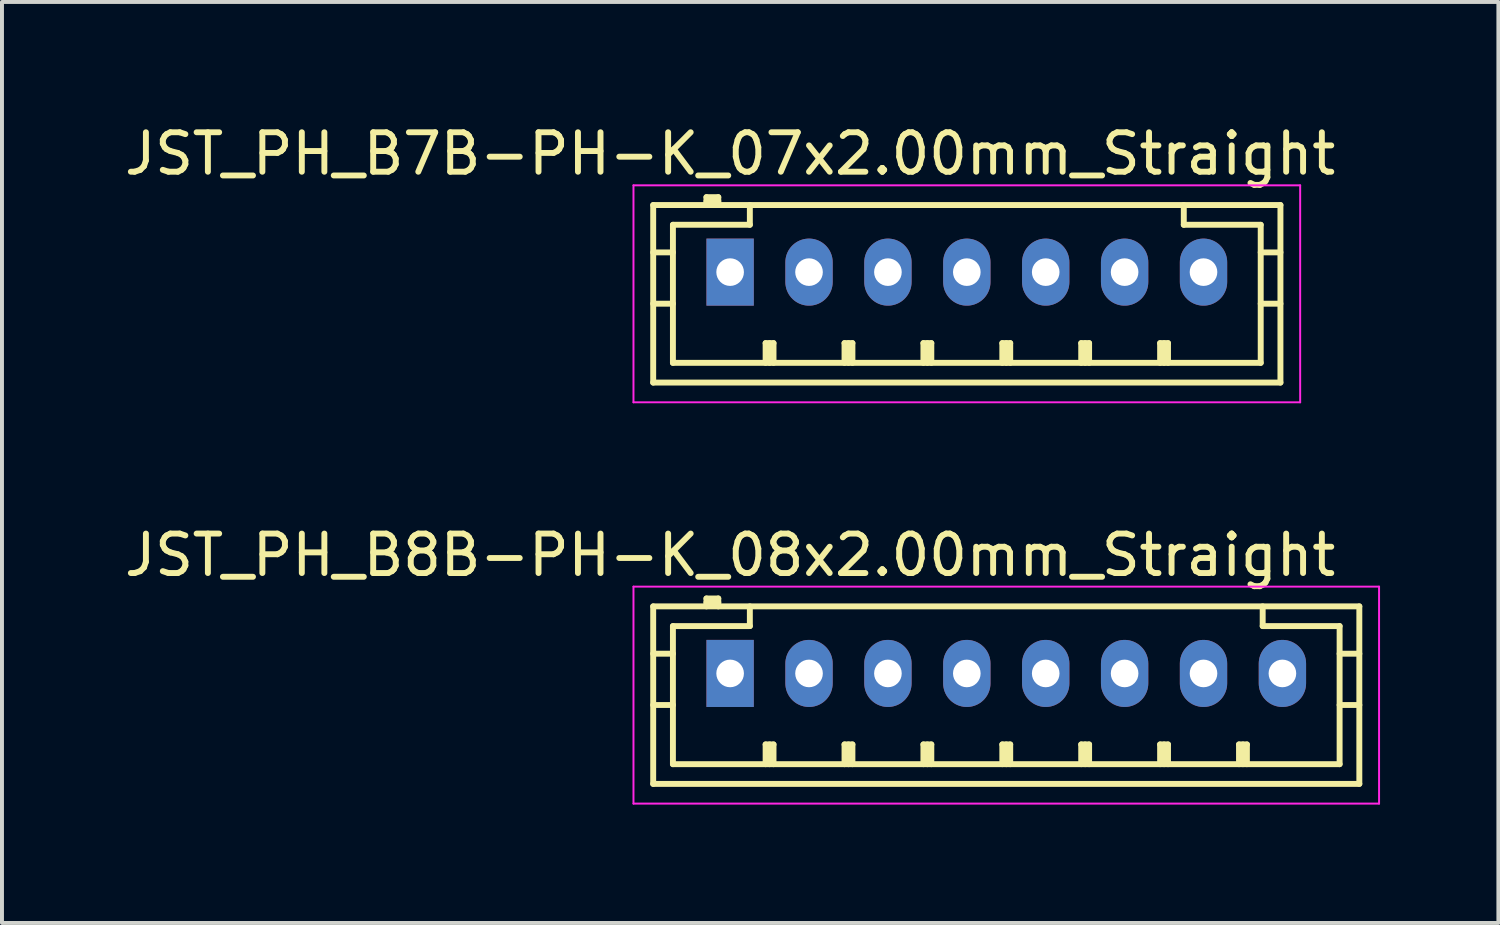
<source format=kicad_pcb>
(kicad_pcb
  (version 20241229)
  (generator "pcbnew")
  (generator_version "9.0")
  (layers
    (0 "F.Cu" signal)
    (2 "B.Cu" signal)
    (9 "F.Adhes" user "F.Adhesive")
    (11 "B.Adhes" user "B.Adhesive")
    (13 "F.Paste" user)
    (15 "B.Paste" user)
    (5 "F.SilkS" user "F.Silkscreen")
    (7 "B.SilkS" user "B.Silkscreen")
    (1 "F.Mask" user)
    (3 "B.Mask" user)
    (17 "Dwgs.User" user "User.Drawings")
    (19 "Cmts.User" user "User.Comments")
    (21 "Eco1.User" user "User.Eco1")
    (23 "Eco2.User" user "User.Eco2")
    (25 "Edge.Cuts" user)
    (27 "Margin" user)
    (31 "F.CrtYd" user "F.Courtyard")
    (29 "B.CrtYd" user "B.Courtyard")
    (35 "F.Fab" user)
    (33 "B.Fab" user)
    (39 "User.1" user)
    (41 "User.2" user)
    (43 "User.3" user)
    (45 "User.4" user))
  (footprint "JST_PH_B7B-PH-K_07x2.00mm_Straight"
    (layer "F.Cu")
    (at 15.458 3.848)
    (property "Reference" "JST_PH_B7B-PH-K_07x2.00mm_Straight" (at 0 -3 0) (layer "F.SilkS") (effects (font (size 1 1) (thickness 0.15))))
    (attr through_hole)
    (fp_line (start -1.95 -1.7) (end 13.95 -1.7) (stroke (width 0.15) (type solid)) (layer "F.SilkS"))
    (fp_line (start -1.95 -0.5) (end -1.45 -0.5) (stroke (width 0.15) (type solid)) (layer "F.SilkS"))
    (fp_line (start -1.95 0.8) (end -1.45 0.8) (stroke (width 0.15) (type solid)) (layer "F.SilkS"))
    (fp_line (start -1.95 2.8) (end -1.95 -1.7) (stroke (width 0.15) (type solid)) (layer "F.SilkS"))
    (fp_line (start -1.45 -1.2) (end -1.45 2.3) (stroke (width 0.15) (type solid)) (layer "F.SilkS"))
    (fp_line (start -1.45 2.3) (end 13.45 2.3) (stroke (width 0.15) (type solid)) (layer "F.SilkS"))
    (fp_line (start -0.6 -1.9) (end -0.6 -1.7) (stroke (width 0.15) (type solid)) (layer "F.SilkS"))
    (fp_line (start -0.3 -1.9) (end -0.6 -1.9) (stroke (width 0.15) (type solid)) (layer "F.SilkS"))
    (fp_line (start -0.3 -1.8) (end -0.6 -1.8) (stroke (width 0.15) (type solid)) (layer "F.SilkS"))
    (fp_line (start -0.3 -1.7) (end -0.3 -1.9) (stroke (width 0.15) (type solid)) (layer "F.SilkS"))
    (fp_line (start 0.5 -1.7) (end 0.5 -1.2) (stroke (width 0.15) (type solid)) (layer "F.SilkS"))
    (fp_line (start 0.5 -1.2) (end -1.45 -1.2) (stroke (width 0.15) (type solid)) (layer "F.SilkS"))
    (fp_line (start 0.9 1.8) (end 1.1 1.8) (stroke (width 0.15) (type solid)) (layer "F.SilkS"))
    (fp_line (start 0.9 2.3) (end 0.9 1.8) (stroke (width 0.15) (type solid)) (layer "F.SilkS"))
    (fp_line (start 1 2.3) (end 1 1.8) (stroke (width 0.15) (type solid)) (layer "F.SilkS"))
    (fp_line (start 1.1 1.8) (end 1.1 2.3) (stroke (width 0.15) (type solid)) (layer "F.SilkS"))
    (fp_line (start 2.9 1.8) (end 3.1 1.8) (stroke (width 0.15) (type solid)) (layer "F.SilkS"))
    (fp_line (start 2.9 2.3) (end 2.9 1.8) (stroke (width 0.15) (type solid)) (layer "F.SilkS"))
    (fp_line (start 3 2.3) (end 3 1.8) (stroke (width 0.15) (type solid)) (layer "F.SilkS"))
    (fp_line (start 3.1 1.8) (end 3.1 2.3) (stroke (width 0.15) (type solid)) (layer "F.SilkS"))
    (fp_line (start 4.9 1.8) (end 5.1 1.8) (stroke (width 0.15) (type solid)) (layer "F.SilkS"))
    (fp_line (start 4.9 2.3) (end 4.9 1.8) (stroke (width 0.15) (type solid)) (layer "F.SilkS"))
    (fp_line (start 5 2.3) (end 5 1.8) (stroke (width 0.15) (type solid)) (layer "F.SilkS"))
    (fp_line (start 5.1 1.8) (end 5.1 2.3) (stroke (width 0.15) (type solid)) (layer "F.SilkS"))
    (fp_line (start 6.9 1.8) (end 7.1 1.8) (stroke (width 0.15) (type solid)) (layer "F.SilkS"))
    (fp_line (start 6.9 2.3) (end 6.9 1.8) (stroke (width 0.15) (type solid)) (layer "F.SilkS"))
    (fp_line (start 7 2.3) (end 7 1.8) (stroke (width 0.15) (type solid)) (layer "F.SilkS"))
    (fp_line (start 7.1 1.8) (end 7.1 2.3) (stroke (width 0.15) (type solid)) (layer "F.SilkS"))
    (fp_line (start 8.9 1.8) (end 9.1 1.8) (stroke (width 0.15) (type solid)) (layer "F.SilkS"))
    (fp_line (start 8.9 2.3) (end 8.9 1.8) (stroke (width 0.15) (type solid)) (layer "F.SilkS"))
    (fp_line (start 9 2.3) (end 9 1.8) (stroke (width 0.15) (type solid)) (layer "F.SilkS"))
    (fp_line (start 9.1 1.8) (end 9.1 2.3) (stroke (width 0.15) (type solid)) (layer "F.SilkS"))
    (fp_line (start 10.9 1.8) (end 11.1 1.8) (stroke (width 0.15) (type solid)) (layer "F.SilkS"))
    (fp_line (start 10.9 2.3) (end 10.9 1.8) (stroke (width 0.15) (type solid)) (layer "F.SilkS"))
    (fp_line (start 11 2.3) (end 11 1.8) (stroke (width 0.15) (type solid)) (layer "F.SilkS"))
    (fp_line (start 11.1 1.8) (end 11.1 2.3) (stroke (width 0.15) (type solid)) (layer "F.SilkS"))
    (fp_line (start 11.5 -1.2) (end 11.5 -1.7) (stroke (width 0.15) (type solid)) (layer "F.SilkS"))
    (fp_line (start 13.45 -1.2) (end 11.5 -1.2) (stroke (width 0.15) (type solid)) (layer "F.SilkS"))
    (fp_line (start 13.45 -0.5) (end 13.95 -0.5) (stroke (width 0.15) (type solid)) (layer "F.SilkS"))
    (fp_line (start 13.45 0.8) (end 13.95 0.8) (stroke (width 0.15) (type solid)) (layer "F.SilkS"))
    (fp_line (start 13.45 2.3) (end 13.45 -1.2) (stroke (width 0.15) (type solid)) (layer "F.SilkS"))
    (fp_line (start 13.95 -1.7) (end 13.95 2.8) (stroke (width 0.15) (type solid)) (layer "F.SilkS"))
    (fp_line (start 13.95 2.8) (end -1.95 2.8) (stroke (width 0.15) (type solid)) (layer "F.SilkS"))
    (fp_line (start -2.45 -2.2) (end 14.45 -2.2) (stroke (width 0.05) (type solid)) (layer "F.CrtYd"))
    (fp_line (start -2.45 3.3) (end -2.45 -2.2) (stroke (width 0.05) (type solid)) (layer "F.CrtYd"))
    (fp_line (start 14.45 -2.2) (end 14.45 3.3) (stroke (width 0.05) (type solid)) (layer "F.CrtYd"))
    (fp_line (start 14.45 3.3) (end -2.45 3.3) (stroke (width 0.05) (type solid)) (layer "F.CrtYd"))
    (pad "1" thru_hole rect (at 0 0) (size 1.2 1.7) (drill 0.7) (layers "*.Cu" "*.Mask"))
    (pad "2" thru_hole oval (at 2 0) (size 1.2 1.7) (drill 0.7) (layers "*.Cu" "*.Mask"))
    (pad "3" thru_hole oval (at 4 0) (size 1.2 1.7) (drill 0.7) (layers "*.Cu" "*.Mask"))
    (pad "4" thru_hole oval (at 6 0) (size 1.2 1.7) (drill 0.7) (layers "*.Cu" "*.Mask"))
    (pad "5" thru_hole oval (at 8 0) (size 1.2 1.7) (drill 0.7) (layers "*.Cu" "*.Mask"))
    (pad "6" thru_hole oval (at 10 0) (size 1.2 1.7) (drill 0.7) (layers "*.Cu" "*.Mask"))
    (pad "7" thru_hole oval (at 12 0) (size 1.2 1.7) (drill 0.7) (layers "*.Cu" "*.Mask")))
  (footprint "JST_PH_B8B-PH-K_08x2.00mm_Straight"
    (layer "F.Cu")
    (at 15.458 14.021)
    (property "Reference" "JST_PH_B8B-PH-K_08x2.00mm_Straight" (at 0 -3 0) (layer "F.SilkS") (effects (font (size 1 1) (thickness 0.15))))
    (attr through_hole)
    (fp_line (start -1.95 -1.7) (end 15.95 -1.7) (stroke (width 0.15) (type solid)) (layer "F.SilkS"))
    (fp_line (start -1.95 -0.5) (end -1.45 -0.5) (stroke (width 0.15) (type solid)) (layer "F.SilkS"))
    (fp_line (start -1.95 0.8) (end -1.45 0.8) (stroke (width 0.15) (type solid)) (layer "F.SilkS"))
    (fp_line (start -1.95 2.8) (end -1.95 -1.7) (stroke (width 0.15) (type solid)) (layer "F.SilkS"))
    (fp_line (start -1.45 -1.2) (end -1.45 2.3) (stroke (width 0.15) (type solid)) (layer "F.SilkS"))
    (fp_line (start -1.45 2.3) (end 15.45 2.3) (stroke (width 0.15) (type solid)) (layer "F.SilkS"))
    (fp_line (start -0.6 -1.9) (end -0.6 -1.7) (stroke (width 0.15) (type solid)) (layer "F.SilkS"))
    (fp_line (start -0.3 -1.9) (end -0.6 -1.9) (stroke (width 0.15) (type solid)) (layer "F.SilkS"))
    (fp_line (start -0.3 -1.8) (end -0.6 -1.8) (stroke (width 0.15) (type solid)) (layer "F.SilkS"))
    (fp_line (start -0.3 -1.7) (end -0.3 -1.9) (stroke (width 0.15) (type solid)) (layer "F.SilkS"))
    (fp_line (start 0.5 -1.7) (end 0.5 -1.2) (stroke (width 0.15) (type solid)) (layer "F.SilkS"))
    (fp_line (start 0.5 -1.2) (end -1.45 -1.2) (stroke (width 0.15) (type solid)) (layer "F.SilkS"))
    (fp_line (start 0.9 1.8) (end 1.1 1.8) (stroke (width 0.15) (type solid)) (layer "F.SilkS"))
    (fp_line (start 0.9 2.3) (end 0.9 1.8) (stroke (width 0.15) (type solid)) (layer "F.SilkS"))
    (fp_line (start 1 2.3) (end 1 1.8) (stroke (width 0.15) (type solid)) (layer "F.SilkS"))
    (fp_line (start 1.1 1.8) (end 1.1 2.3) (stroke (width 0.15) (type solid)) (layer "F.SilkS"))
    (fp_line (start 2.9 1.8) (end 3.1 1.8) (stroke (width 0.15) (type solid)) (layer "F.SilkS"))
    (fp_line (start 2.9 2.3) (end 2.9 1.8) (stroke (width 0.15) (type solid)) (layer "F.SilkS"))
    (fp_line (start 3 2.3) (end 3 1.8) (stroke (width 0.15) (type solid)) (layer "F.SilkS"))
    (fp_line (start 3.1 1.8) (end 3.1 2.3) (stroke (width 0.15) (type solid)) (layer "F.SilkS"))
    (fp_line (start 4.9 1.8) (end 5.1 1.8) (stroke (width 0.15) (type solid)) (layer "F.SilkS"))
    (fp_line (start 4.9 2.3) (end 4.9 1.8) (stroke (width 0.15) (type solid)) (layer "F.SilkS"))
    (fp_line (start 5 2.3) (end 5 1.8) (stroke (width 0.15) (type solid)) (layer "F.SilkS"))
    (fp_line (start 5.1 1.8) (end 5.1 2.3) (stroke (width 0.15) (type solid)) (layer "F.SilkS"))
    (fp_line (start 6.9 1.8) (end 7.1 1.8) (stroke (width 0.15) (type solid)) (layer "F.SilkS"))
    (fp_line (start 6.9 2.3) (end 6.9 1.8) (stroke (width 0.15) (type solid)) (layer "F.SilkS"))
    (fp_line (start 7 2.3) (end 7 1.8) (stroke (width 0.15) (type solid)) (layer "F.SilkS"))
    (fp_line (start 7.1 1.8) (end 7.1 2.3) (stroke (width 0.15) (type solid)) (layer "F.SilkS"))
    (fp_line (start 8.9 1.8) (end 9.1 1.8) (stroke (width 0.15) (type solid)) (layer "F.SilkS"))
    (fp_line (start 8.9 2.3) (end 8.9 1.8) (stroke (width 0.15) (type solid)) (layer "F.SilkS"))
    (fp_line (start 9 2.3) (end 9 1.8) (stroke (width 0.15) (type solid)) (layer "F.SilkS"))
    (fp_line (start 9.1 1.8) (end 9.1 2.3) (stroke (width 0.15) (type solid)) (layer "F.SilkS"))
    (fp_line (start 10.9 1.8) (end 11.1 1.8) (stroke (width 0.15) (type solid)) (layer "F.SilkS"))
    (fp_line (start 10.9 2.3) (end 10.9 1.8) (stroke (width 0.15) (type solid)) (layer "F.SilkS"))
    (fp_line (start 11 2.3) (end 11 1.8) (stroke (width 0.15) (type solid)) (layer "F.SilkS"))
    (fp_line (start 11.1 1.8) (end 11.1 2.3) (stroke (width 0.15) (type solid)) (layer "F.SilkS"))
    (fp_line (start 12.9 1.8) (end 13.1 1.8) (stroke (width 0.15) (type solid)) (layer "F.SilkS"))
    (fp_line (start 12.9 2.3) (end 12.9 1.8) (stroke (width 0.15) (type solid)) (layer "F.SilkS"))
    (fp_line (start 13 2.3) (end 13 1.8) (stroke (width 0.15) (type solid)) (layer "F.SilkS"))
    (fp_line (start 13.1 1.8) (end 13.1 2.3) (stroke (width 0.15) (type solid)) (layer "F.SilkS"))
    (fp_line (start 13.5 -1.2) (end 13.5 -1.7) (stroke (width 0.15) (type solid)) (layer "F.SilkS"))
    (fp_line (start 15.45 -1.2) (end 13.5 -1.2) (stroke (width 0.15) (type solid)) (layer "F.SilkS"))
    (fp_line (start 15.45 -0.5) (end 15.95 -0.5) (stroke (width 0.15) (type solid)) (layer "F.SilkS"))
    (fp_line (start 15.45 0.8) (end 15.95 0.8) (stroke (width 0.15) (type solid)) (layer "F.SilkS"))
    (fp_line (start 15.45 2.3) (end 15.45 -1.2) (stroke (width 0.15) (type solid)) (layer "F.SilkS"))
    (fp_line (start 15.95 -1.7) (end 15.95 2.8) (stroke (width 0.15) (type solid)) (layer "F.SilkS"))
    (fp_line (start 15.95 2.8) (end -1.95 2.8) (stroke (width 0.15) (type solid)) (layer "F.SilkS"))
    (fp_line (start -2.45 -2.2) (end 16.45 -2.2) (stroke (width 0.05) (type solid)) (layer "F.CrtYd"))
    (fp_line (start -2.45 3.3) (end -2.45 -2.2) (stroke (width 0.05) (type solid)) (layer "F.CrtYd"))
    (fp_line (start 16.45 -2.2) (end 16.45 3.3) (stroke (width 0.05) (type solid)) (layer "F.CrtYd"))
    (fp_line (start 16.45 3.3) (end -2.45 3.3) (stroke (width 0.05) (type solid)) (layer "F.CrtYd"))
    (pad "1" thru_hole rect (at 0 0) (size 1.2 1.7) (drill 0.7) (layers "*.Cu" "*.Mask"))
    (pad "2" thru_hole oval (at 2 0) (size 1.2 1.7) (drill 0.7) (layers "*.Cu" "*.Mask"))
    (pad "3" thru_hole oval (at 4 0) (size 1.2 1.7) (drill 0.7) (layers "*.Cu" "*.Mask"))
    (pad "4" thru_hole oval (at 6 0) (size 1.2 1.7) (drill 0.7) (layers "*.Cu" "*.Mask"))
    (pad "5" thru_hole oval (at 8 0) (size 1.2 1.7) (drill 0.7) (layers "*.Cu" "*.Mask"))
    (pad "6" thru_hole oval (at 10 0) (size 1.2 1.7) (drill 0.7) (layers "*.Cu" "*.Mask"))
    (pad "7" thru_hole oval (at 12 0) (size 1.2 1.7) (drill 0.7) (layers "*.Cu" "*.Mask"))
    (pad "8" thru_hole oval (at 14 0) (size 1.2 1.7) (drill 0.7) (layers "*.Cu" "*.Mask")))
  (gr_rect
    (start -3 -3)
    (end 34.933 20.346)
    (stroke (width 0.1) (type default))
    (fill no)
    (layer "Edge.Cuts")))
</source>
